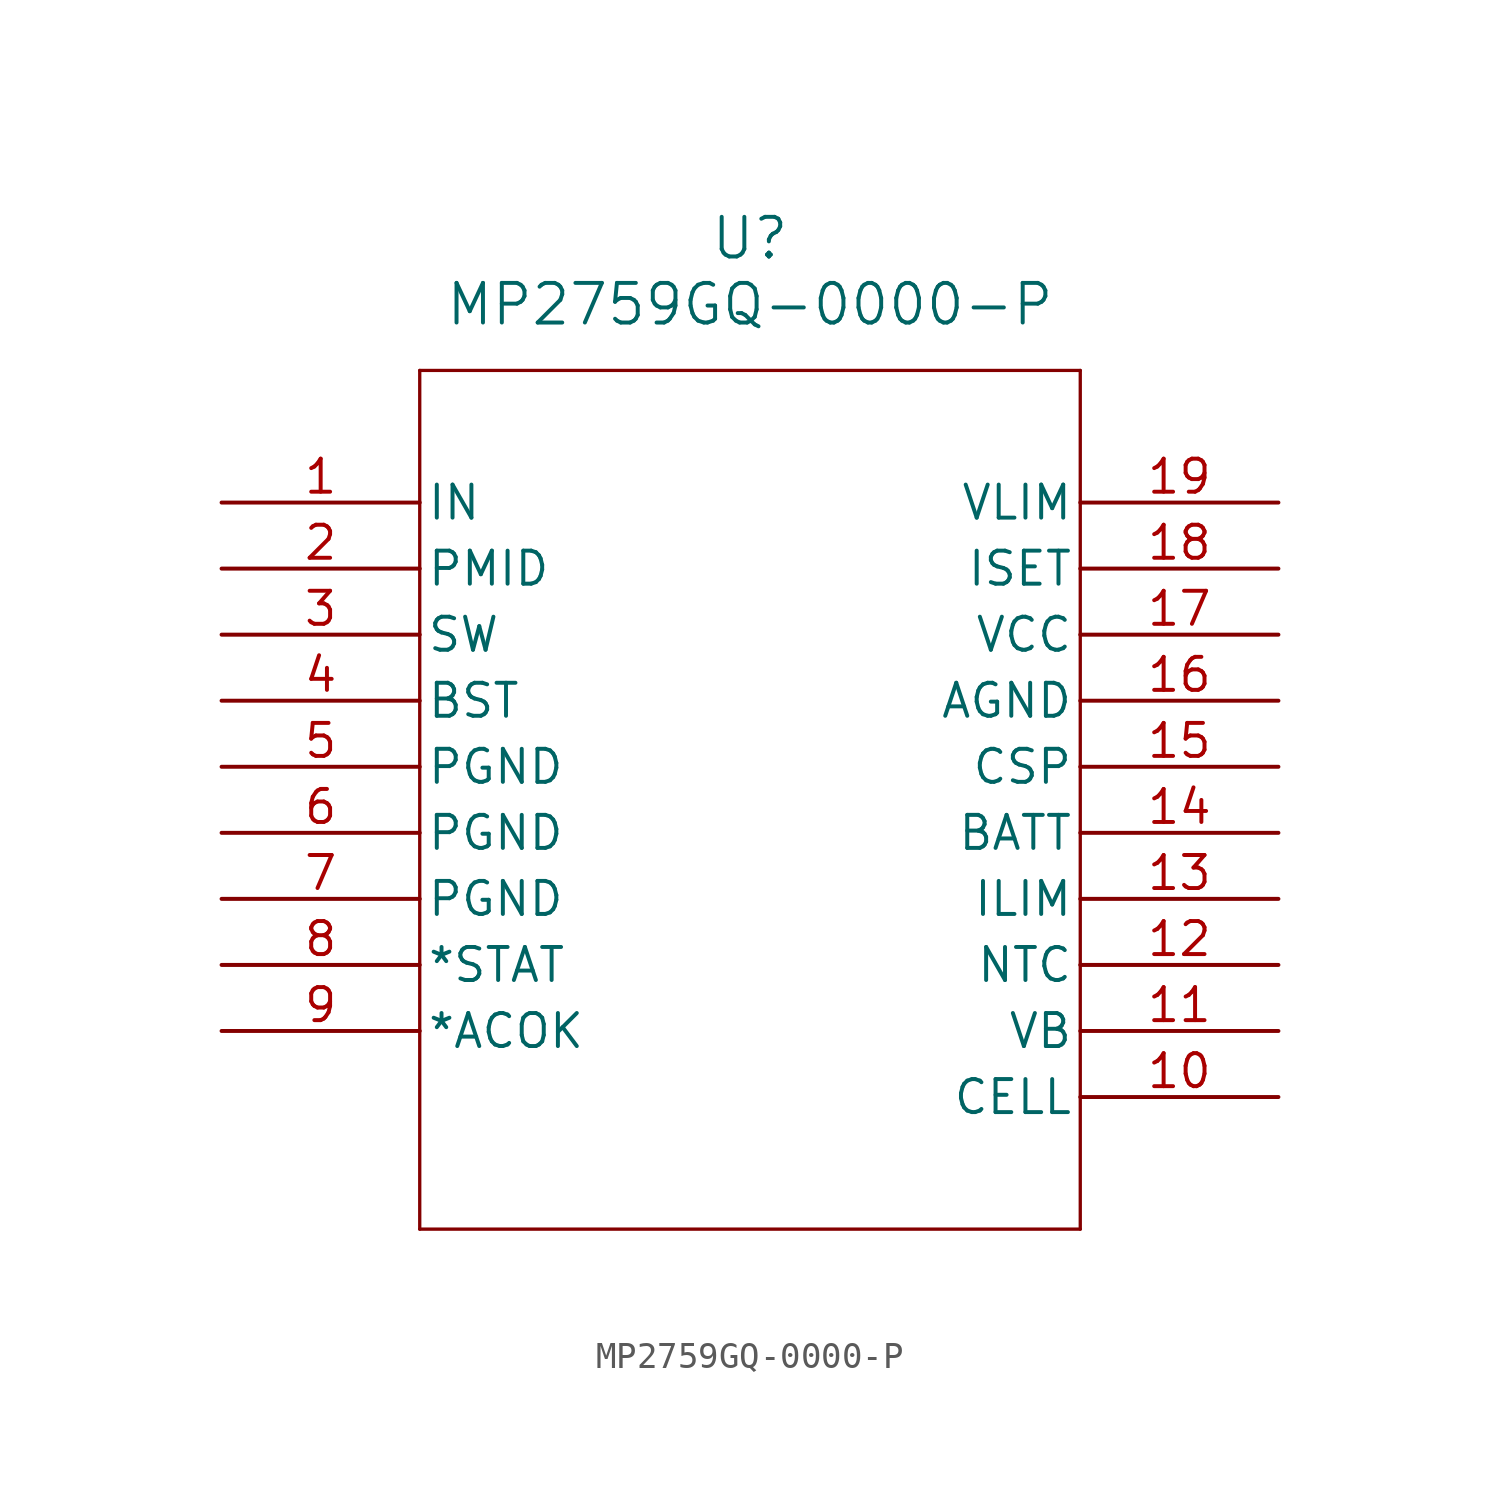
<source format=kicad_sym>
(kicad_symbol_lib
  (version 20211014)
  (generator kicad_symbol_editor)
  (symbol "MP2759GQ-0000-P"
    (pin_names
      (offset 0.254))
    (property "Reference" "U"
      (at 20.32 10.16 0)
      (effects (font (size 1.524 1.524))))
    (property "Value" "MP2759GQ-0000-P"
      (at 20.32 7.62 0)
      (effects (font (size 1.524 1.524))))
    (symbol "MP2759GQ-0000-P_0_1"
      (polyline (pts (xy 7.62 5.08) (xy 7.62 -27.94)) (stroke (width 0.127) (type default) (color 0 0 0 0)) (fill (type none)))
      (polyline (pts (xy 7.62 -27.94) (xy 33.02 -27.94)) (stroke (width 0.127) (type default) (color 0 0 0 0)) (fill (type none)))
      (polyline (pts (xy 33.02 -27.94) (xy 33.02 5.08)) (stroke (width 0.127) (type default) (color 0 0 0 0)) (fill (type none)))
      (polyline (pts (xy 33.02 5.08) (xy 7.62 5.08)) (stroke (width 0.127) (type default) (color 0 0 0 0)) (fill (type none)))
      (pin input line (at 0 0 0) (length 7.62) (name "IN" (effects (font (size 1.27 1.27)))) (number "1" (effects (font (size 1.27 1.27)))))
      (pin unspecified line (at 0 -2.54 0) (length 7.62) (name "PMID" (effects (font (size 1.27 1.27)))) (number "2" (effects (font (size 1.27 1.27)))))
      (pin unspecified line (at 0 -5.08 0) (length 7.62) (name "SW" (effects (font (size 1.27 1.27)))) (number "3" (effects (font (size 1.27 1.27)))))
      (pin power_in line (at 0 -7.62 0) (length 7.62) (name "BST" (effects (font (size 1.27 1.27)))) (number "4" (effects (font (size 1.27 1.27)))))
      (pin power_in line (at 0 -10.16 0) (length 7.62) (name "PGND" (effects (font (size 1.27 1.27)))) (number "5" (effects (font (size 1.27 1.27)))))
      (pin power_in line (at 0 -12.7 0) (length 7.62) (name "PGND" (effects (font (size 1.27 1.27)))) (number "6" (effects (font (size 1.27 1.27)))))
      (pin power_in line (at 0 -15.24 0) (length 7.62) (name "PGND" (effects (font (size 1.27 1.27)))) (number "7" (effects (font (size 1.27 1.27)))))
      (pin unspecified line (at 0 -17.78 0) (length 7.62) (name "*STAT" (effects (font (size 1.27 1.27)))) (number "8" (effects (font (size 1.27 1.27)))))
      (pin unspecified line (at 0 -20.32 0) (length 7.62) (name "*ACOK" (effects (font (size 1.27 1.27)))) (number "9" (effects (font (size 1.27 1.27)))))
      (pin unspecified line (at 40.64 -22.86 180) (length 7.62) (name "CELL" (effects (font (size 1.27 1.27)))) (number "10" (effects (font (size 1.27 1.27)))))
      (pin unspecified line (at 40.64 -20.32 180) (length 7.62) (name "VB" (effects (font (size 1.27 1.27)))) (number "11" (effects (font (size 1.27 1.27)))))
      (pin unspecified line (at 40.64 -17.78 180) (length 7.62) (name "NTC" (effects (font (size 1.27 1.27)))) (number "12" (effects (font (size 1.27 1.27)))))
      (pin unspecified line (at 40.64 -15.24 180) (length 7.62) (name "ILIM" (effects (font (size 1.27 1.27)))) (number "13" (effects (font (size 1.27 1.27)))))
      (pin unspecified line (at 40.64 -12.7 180) (length 7.62) (name "BATT" (effects (font (size 1.27 1.27)))) (number "14" (effects (font (size 1.27 1.27)))))
      (pin unspecified line (at 40.64 -10.16 180) (length 7.62) (name "CSP" (effects (font (size 1.27 1.27)))) (number "15" (effects (font (size 1.27 1.27)))))
      (pin power_out line (at 40.64 -7.62 180) (length 7.62) (name "AGND" (effects (font (size 1.27 1.27)))) (number "16" (effects (font (size 1.27 1.27)))))
      (pin power_in line (at 40.64 -5.08 180) (length 7.62) (name "VCC" (effects (font (size 1.27 1.27)))) (number "17" (effects (font (size 1.27 1.27)))))
      (pin unspecified line (at 40.64 -2.54 180) (length 7.62) (name "ISET" (effects (font (size 1.27 1.27)))) (number "18" (effects (font (size 1.27 1.27)))))
      (pin unspecified line (at 40.64 0 180) (length 7.62) (name "VLIM" (effects (font (size 1.27 1.27)))) (number "19" (effects (font (size 1.27 1.27))))))))
</source>
